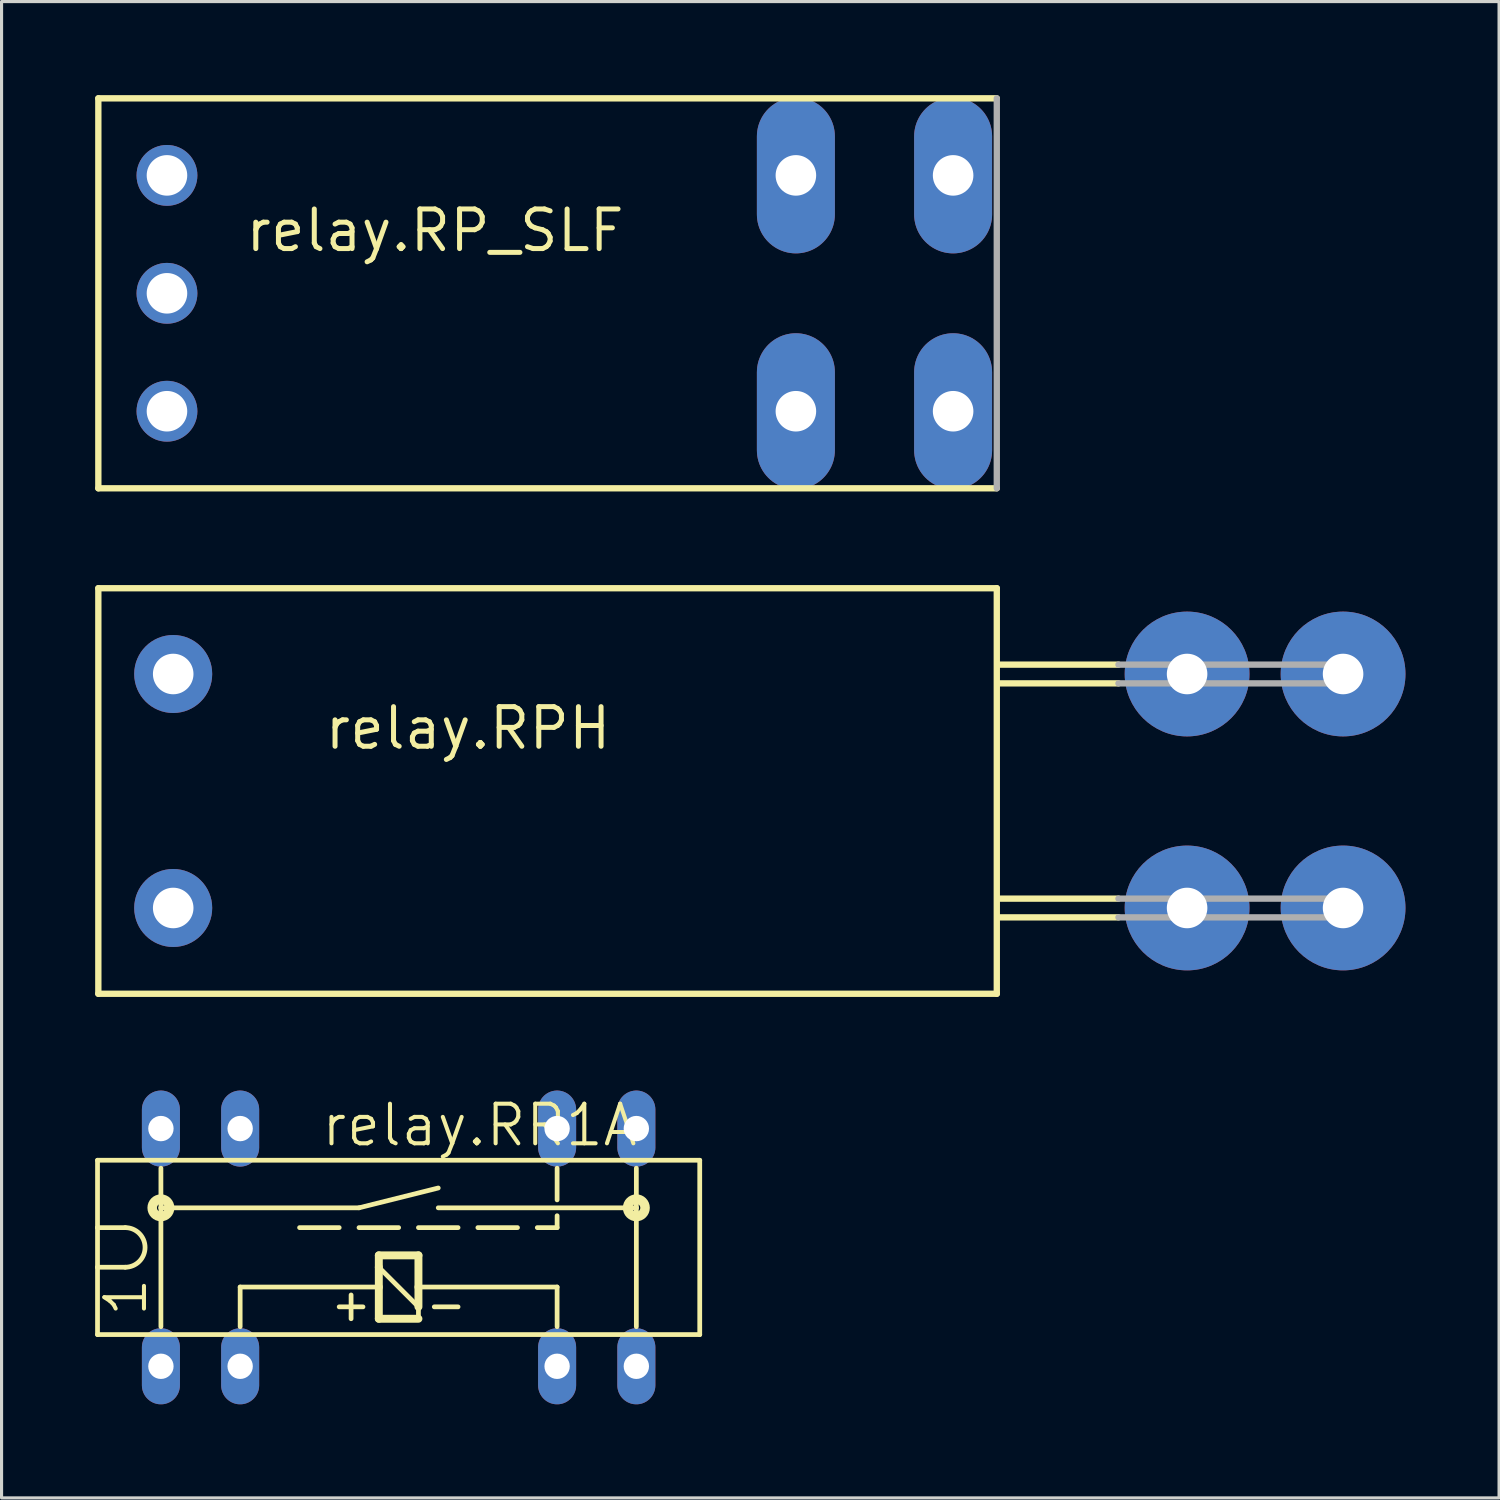
<source format=kicad_pcb>
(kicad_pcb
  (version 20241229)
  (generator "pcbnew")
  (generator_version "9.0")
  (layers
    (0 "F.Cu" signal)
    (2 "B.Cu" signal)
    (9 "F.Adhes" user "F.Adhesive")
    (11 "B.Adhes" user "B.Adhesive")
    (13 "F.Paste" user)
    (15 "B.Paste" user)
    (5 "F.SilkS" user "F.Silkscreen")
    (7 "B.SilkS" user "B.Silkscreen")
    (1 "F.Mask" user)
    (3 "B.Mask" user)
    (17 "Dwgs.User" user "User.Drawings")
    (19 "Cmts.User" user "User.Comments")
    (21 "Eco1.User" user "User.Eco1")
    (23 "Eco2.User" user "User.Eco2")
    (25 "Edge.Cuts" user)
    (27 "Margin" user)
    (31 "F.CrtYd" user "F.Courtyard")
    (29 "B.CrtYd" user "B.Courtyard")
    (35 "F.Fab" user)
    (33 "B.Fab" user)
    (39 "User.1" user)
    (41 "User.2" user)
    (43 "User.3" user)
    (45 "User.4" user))
  (footprint "relay.RR1A"
    (layer "F.Cu")
    (at 9.728 36.936)
    (property "Reference" "relay.RR1A" (at -2.54 -3.175 0) (layer "F.SilkS") (effects (font (size 1.27 1.27) (thickness 0.13)) (justify left bottom)))
    (attr through_hole)
    (fp_line (start -9.652 -0.635) (end -9.652 -2.794) (stroke (width 0.152) (type default)) (layer "F.SilkS"))
    (fp_line (start -9.652 0.635) (end -9.652 -0.635) (stroke (width 0.152) (type default)) (layer "F.SilkS"))
    (fp_line (start -9.652 0.635) (end -9.652 2.794) (stroke (width 0.152) (type default)) (layer "F.SilkS"))
    (fp_line (start -8.763 -0.635) (end -9.652 -0.635) (stroke (width 0.152) (type default)) (layer "F.SilkS"))
    (fp_line (start -8.763 0.635) (end -9.652 0.635) (stroke (width 0.152) (type default)) (layer "F.SilkS"))
    (fp_line (start -7.62 -2.54) (end -7.62 -1.27) (stroke (width 0.152) (type default)) (layer "F.SilkS"))
    (fp_line (start -7.62 -1.27) (end -7.62 2.54) (stroke (width 0.152) (type default)) (layer "F.SilkS"))
    (fp_line (start -7.62 -1.27) (end -1.27 -1.27) (stroke (width 0.152) (type default)) (layer "F.SilkS"))
    (fp_line (start -5.08 1.27) (end -0.635 1.27) (stroke (width 0.152) (type default)) (layer "F.SilkS"))
    (fp_line (start -5.08 2.54) (end -5.08 1.27) (stroke (width 0.152) (type default)) (layer "F.SilkS"))
    (fp_line (start -1.905 -0.635) (end -3.175 -0.635) (stroke (width 0.152) (type default)) (layer "F.SilkS"))
    (fp_line (start -1.905 1.905) (end -1.143 1.905) (stroke (width 0.152) (type default)) (layer "F.SilkS"))
    (fp_line (start -1.524 1.524) (end -1.524 2.286) (stroke (width 0.152) (type default)) (layer "F.SilkS"))
    (fp_line (start -1.27 -1.27) (end 1.27 -1.905) (stroke (width 0.152) (type default)) (layer "F.SilkS"))
    (fp_line (start -0.635 0.254) (end 0.635 0.254) (stroke (width 0.254) (type default)) (layer "F.SilkS"))
    (fp_line (start -0.635 0.635) (end -0.635 0.254) (stroke (width 0.254) (type default)) (layer "F.SilkS"))
    (fp_line (start -0.635 0.635) (end 0.635 1.905) (stroke (width 0.152) (type default)) (layer "F.SilkS"))
    (fp_line (start -0.635 1.27) (end -0.635 0.635) (stroke (width 0.254) (type default)) (layer "F.SilkS"))
    (fp_line (start -0.635 2.286) (end -0.635 1.27) (stroke (width 0.254) (type default)) (layer "F.SilkS"))
    (fp_line (start 0 -0.635) (end -1.27 -0.635) (stroke (width 0.152) (type default)) (layer "F.SilkS"))
    (fp_line (start 0.635 0.254) (end 0.635 1.27) (stroke (width 0.254) (type default)) (layer "F.SilkS"))
    (fp_line (start 0.635 1.27) (end 0.635 1.905) (stroke (width 0.254) (type default)) (layer "F.SilkS"))
    (fp_line (start 0.635 1.905) (end 0.635 2.286) (stroke (width 0.152) (type default)) (layer "F.SilkS"))
    (fp_line (start 0.635 2.286) (end -0.635 2.286) (stroke (width 0.254) (type default)) (layer "F.SilkS"))
    (fp_line (start 1.143 1.905) (end 1.905 1.905) (stroke (width 0.152) (type default)) (layer "F.SilkS"))
    (fp_line (start 1.27 -1.27) (end 7.62 -1.27) (stroke (width 0.152) (type default)) (layer "F.SilkS"))
    (fp_line (start 1.905 -0.635) (end 0.635 -0.635) (stroke (width 0.152) (type default)) (layer "F.SilkS"))
    (fp_line (start 3.81 -0.635) (end 2.54 -0.635) (stroke (width 0.152) (type default)) (layer "F.SilkS"))
    (fp_line (start 4.445 -0.635) (end 5.08 -0.635) (stroke (width 0.152) (type default)) (layer "F.SilkS"))
    (fp_line (start 5.08 -2.54) (end 5.08 -1.524) (stroke (width 0.152) (type default)) (layer "F.SilkS"))
    (fp_line (start 5.08 -0.635) (end 5.08 -1.016) (stroke (width 0.152) (type default)) (layer "F.SilkS"))
    (fp_line (start 5.08 1.27) (end 0.635 1.27) (stroke (width 0.152) (type default)) (layer "F.SilkS"))
    (fp_line (start 5.08 2.54) (end 5.08 1.27) (stroke (width 0.152) (type default)) (layer "F.SilkS"))
    (fp_line (start 7.62 -1.27) (end 7.62 -2.54) (stroke (width 0.152) (type default)) (layer "F.SilkS"))
    (fp_line (start 7.62 2.54) (end 7.62 -1.27) (stroke (width 0.152) (type default)) (layer "F.SilkS"))
    (fp_line (start 9.652 -2.794) (end -9.652 -2.794) (stroke (width 0.152) (type default)) (layer "F.SilkS"))
    (fp_line (start 9.652 2.794) (end -9.652 2.794) (stroke (width 0.152) (type default)) (layer "F.SilkS"))
    (fp_line (start 9.652 2.794) (end 9.652 -2.794) (stroke (width 0.152) (type default)) (layer "F.SilkS"))
    (fp_arc (start -8.763 -0.635) (mid -8.128 0) (end -8.763 0.635) (stroke (width 0.1524) (type default)) (layer "F.SilkS"))
    (fp_circle (center -7.62 -1.27) (end -7.493 -1.27) (stroke (width 0.305) (type default)) (fill no) (layer "F.SilkS"))
    (fp_circle (center 7.62 -1.27) (end 7.747 -1.27) (stroke (width 0.305) (type default)) (fill no) (layer "F.SilkS"))
    (fp_text user "1" (at -8.001 2.286 90) (layer "F.SilkS") (effects (font (size 1.27 1.27) (thickness 0.13)) (justify left bottom)))
    (pad "1" thru_hole oval (at -7.62 3.81 90) (size 2.438 1.219) (drill 0.813) (layers "*.Cu" "*.Mask"))
    (pad "2" thru_hole oval (at -5.08 3.81 90) (size 2.438 1.219) (drill 0.813) (layers "*.Cu" "*.Mask"))
    (pad "6" thru_hole oval (at 5.08 3.81 90) (size 2.438 1.219) (drill 0.813) (layers "*.Cu" "*.Mask"))
    (pad "7" thru_hole oval (at 7.62 3.81 90) (size 2.438 1.219) (drill 0.813) (layers "*.Cu" "*.Mask"))
    (pad "8" thru_hole oval (at 7.62 -3.81 90) (size 2.438 1.219) (drill 0.813) (layers "*.Cu" "*.Mask"))
    (pad "9" thru_hole oval (at 5.08 -3.81 90) (size 2.438 1.219) (drill 0.813) (layers "*.Cu" "*.Mask"))
    (pad "13" thru_hole oval (at -5.08 -3.81 90) (size 2.438 1.219) (drill 0.813) (layers "*.Cu" "*.Mask"))
    (pad "14" thru_hole oval (at -7.62 -3.81 90) (size 2.438 1.219) (drill 0.813) (layers "*.Cu" "*.Mask")))
  (footprint "relay.RP_SLF"
    (layer "F.Cu")
    (at 14.902 6.352)
    (property "Reference" "relay.RP_SLF" (at -10.16 -1.27 0) (layer "F.SilkS") (effects (font (size 1.27 1.27) (thickness 0.16)) (justify left bottom)))
    (attr through_hole)
    (fp_line (start -14.8 -6.25) (end 14 -6.25) (stroke (width 0.203) (type default)) (layer "F.SilkS"))
    (fp_line (start -14.8 6.25) (end -14.8 -6.25) (stroke (width 0.203) (type default)) (layer "F.SilkS"))
    (fp_line (start 14 6.25) (end -14.8 6.25) (stroke (width 0.203) (type default)) (layer "F.SilkS"))
    (fp_line (start 14 -6.25) (end 14 6.25) (stroke (width 0.203) (type default)) (layer "F.Fab"))
    (pad "11A" thru_hole oval (at 7.56 -3.78 90) (size 5 2.5) (drill 1.3) (layers "*.Cu" "*.Mask"))
    (pad "11B" thru_hole oval (at 7.56 3.78 90) (size 5 2.5) (drill 1.3) (layers "*.Cu" "*.Mask"))
    (pad "14A" thru_hole oval (at 12.6 -3.78 90) (size 5 2.5) (drill 1.3) (layers "*.Cu" "*.Mask"))
    (pad "14B" thru_hole oval (at 12.6 3.78 90) (size 5 2.5) (drill 1.3) (layers "*.Cu" "*.Mask"))
    (pad "A1" thru_hole circle (at -12.6 3.78) (size 1.95 1.95) (drill 1.3) (layers "*.Cu" "*.Mask"))
    (pad "A2" thru_hole circle (at -12.6 -3.78) (size 1.95 1.95) (drill 1.3) (layers "*.Cu" "*.Mask"))
    (pad "A3" thru_hole circle (at -12.6 0) (size 1.95 1.95) (drill 1.3) (layers "*.Cu" "*.Mask")))
  (footprint "relay.RPH"
    (layer "F.Cu")
    (at 21.252 22.305)
    (property "Reference" "relay.RPH" (at -13.97 -1.27 0) (layer "F.SilkS") (effects (font (size 1.27 1.27) (thickness 0.16)) (justify left bottom)))
    (attr through_hole)
    (fp_line (start -21.15 -6.5) (end 7.65 -6.5) (stroke (width 0.203) (type default)) (layer "F.SilkS"))
    (fp_line (start -21.15 6.5) (end -21.15 -6.5) (stroke (width 0.203) (type default)) (layer "F.SilkS"))
    (fp_line (start 7.65 -6.5) (end 7.65 6.5) (stroke (width 0.203) (type default)) (layer "F.SilkS"))
    (fp_line (start 7.65 6.5) (end -21.15 6.5) (stroke (width 0.203) (type default)) (layer "F.SilkS"))
    (fp_line (start 11.55 -4.05) (end 7.75 -4.05) (stroke (width 0.203) (type default)) (layer "F.SilkS"))
    (fp_line (start 11.55 -3.45) (end 7.75 -3.45) (stroke (width 0.203) (type default)) (layer "F.SilkS"))
    (fp_line (start 11.55 3.45) (end 7.75 3.45) (stroke (width 0.203) (type default)) (layer "F.SilkS"))
    (fp_line (start 11.55 4.05) (end 7.75 4.05) (stroke (width 0.203) (type default)) (layer "F.SilkS"))
    (fp_line (start 13.3 -4.05) (end 11.55 -4.05) (stroke (width 0.203) (type default)) (layer "F.Fab"))
    (fp_line (start 13.3 -4.05) (end 19.15 -4.05) (stroke (width 0.203) (type default)) (layer "F.Fab"))
    (fp_line (start 13.3 -3.45) (end 11.55 -3.45) (stroke (width 0.203) (type default)) (layer "F.Fab"))
    (fp_line (start 13.3 -3.45) (end 13.3 -4.05) (stroke (width 0.203) (type default)) (layer "F.Fab"))
    (fp_line (start 13.3 3.45) (end 11.55 3.45) (stroke (width 0.203) (type default)) (layer "F.Fab"))
    (fp_line (start 13.3 3.45) (end 19.15 3.45) (stroke (width 0.203) (type default)) (layer "F.Fab"))
    (fp_line (start 13.3 4.05) (end 11.55 4.05) (stroke (width 0.203) (type default)) (layer "F.Fab"))
    (fp_line (start 13.3 4.05) (end 13.3 3.45) (stroke (width 0.203) (type default)) (layer "F.Fab"))
    (fp_line (start 19.15 -4.05) (end 19.15 -3.45) (stroke (width 0.203) (type default)) (layer "F.Fab"))
    (fp_line (start 19.15 -3.45) (end 13.3 -3.45) (stroke (width 0.203) (type default)) (layer "F.Fab"))
    (fp_line (start 19.15 3.45) (end 19.15 4.05) (stroke (width 0.203) (type default)) (layer "F.Fab"))
    (fp_line (start 19.15 4.05) (end 13.3 4.05) (stroke (width 0.203) (type default)) (layer "F.Fab"))
    (pad "11A" thru_hole circle (at 13.75 -3.75) (size 4 4) (drill 1.3) (layers "*.Cu" "*.Mask"))
    (pad "11B" thru_hole circle (at 18.75 -3.75) (size 4 4) (drill 1.3) (layers "*.Cu" "*.Mask"))
    (pad "14A" thru_hole circle (at 13.75 3.75) (size 4 4) (drill 1.3) (layers "*.Cu" "*.Mask"))
    (pad "14B" thru_hole circle (at 18.75 3.75) (size 4 4) (drill 1.3) (layers "*.Cu" "*.Mask"))
    (pad "A1" thru_hole circle (at -18.75 3.75) (size 2.5 2.5) (drill 1.3) (layers "*.Cu" "*.Mask"))
    (pad "A2" thru_hole circle (at -18.75 -3.75) (size 2.5 2.5) (drill 1.3) (layers "*.Cu" "*.Mask")))
  (gr_rect
    (start -3 -3)
    (end 45.002 44.965)
    (stroke (width 0.1) (type default))
    (fill no)
    (layer "Edge.Cuts")))
</source>
